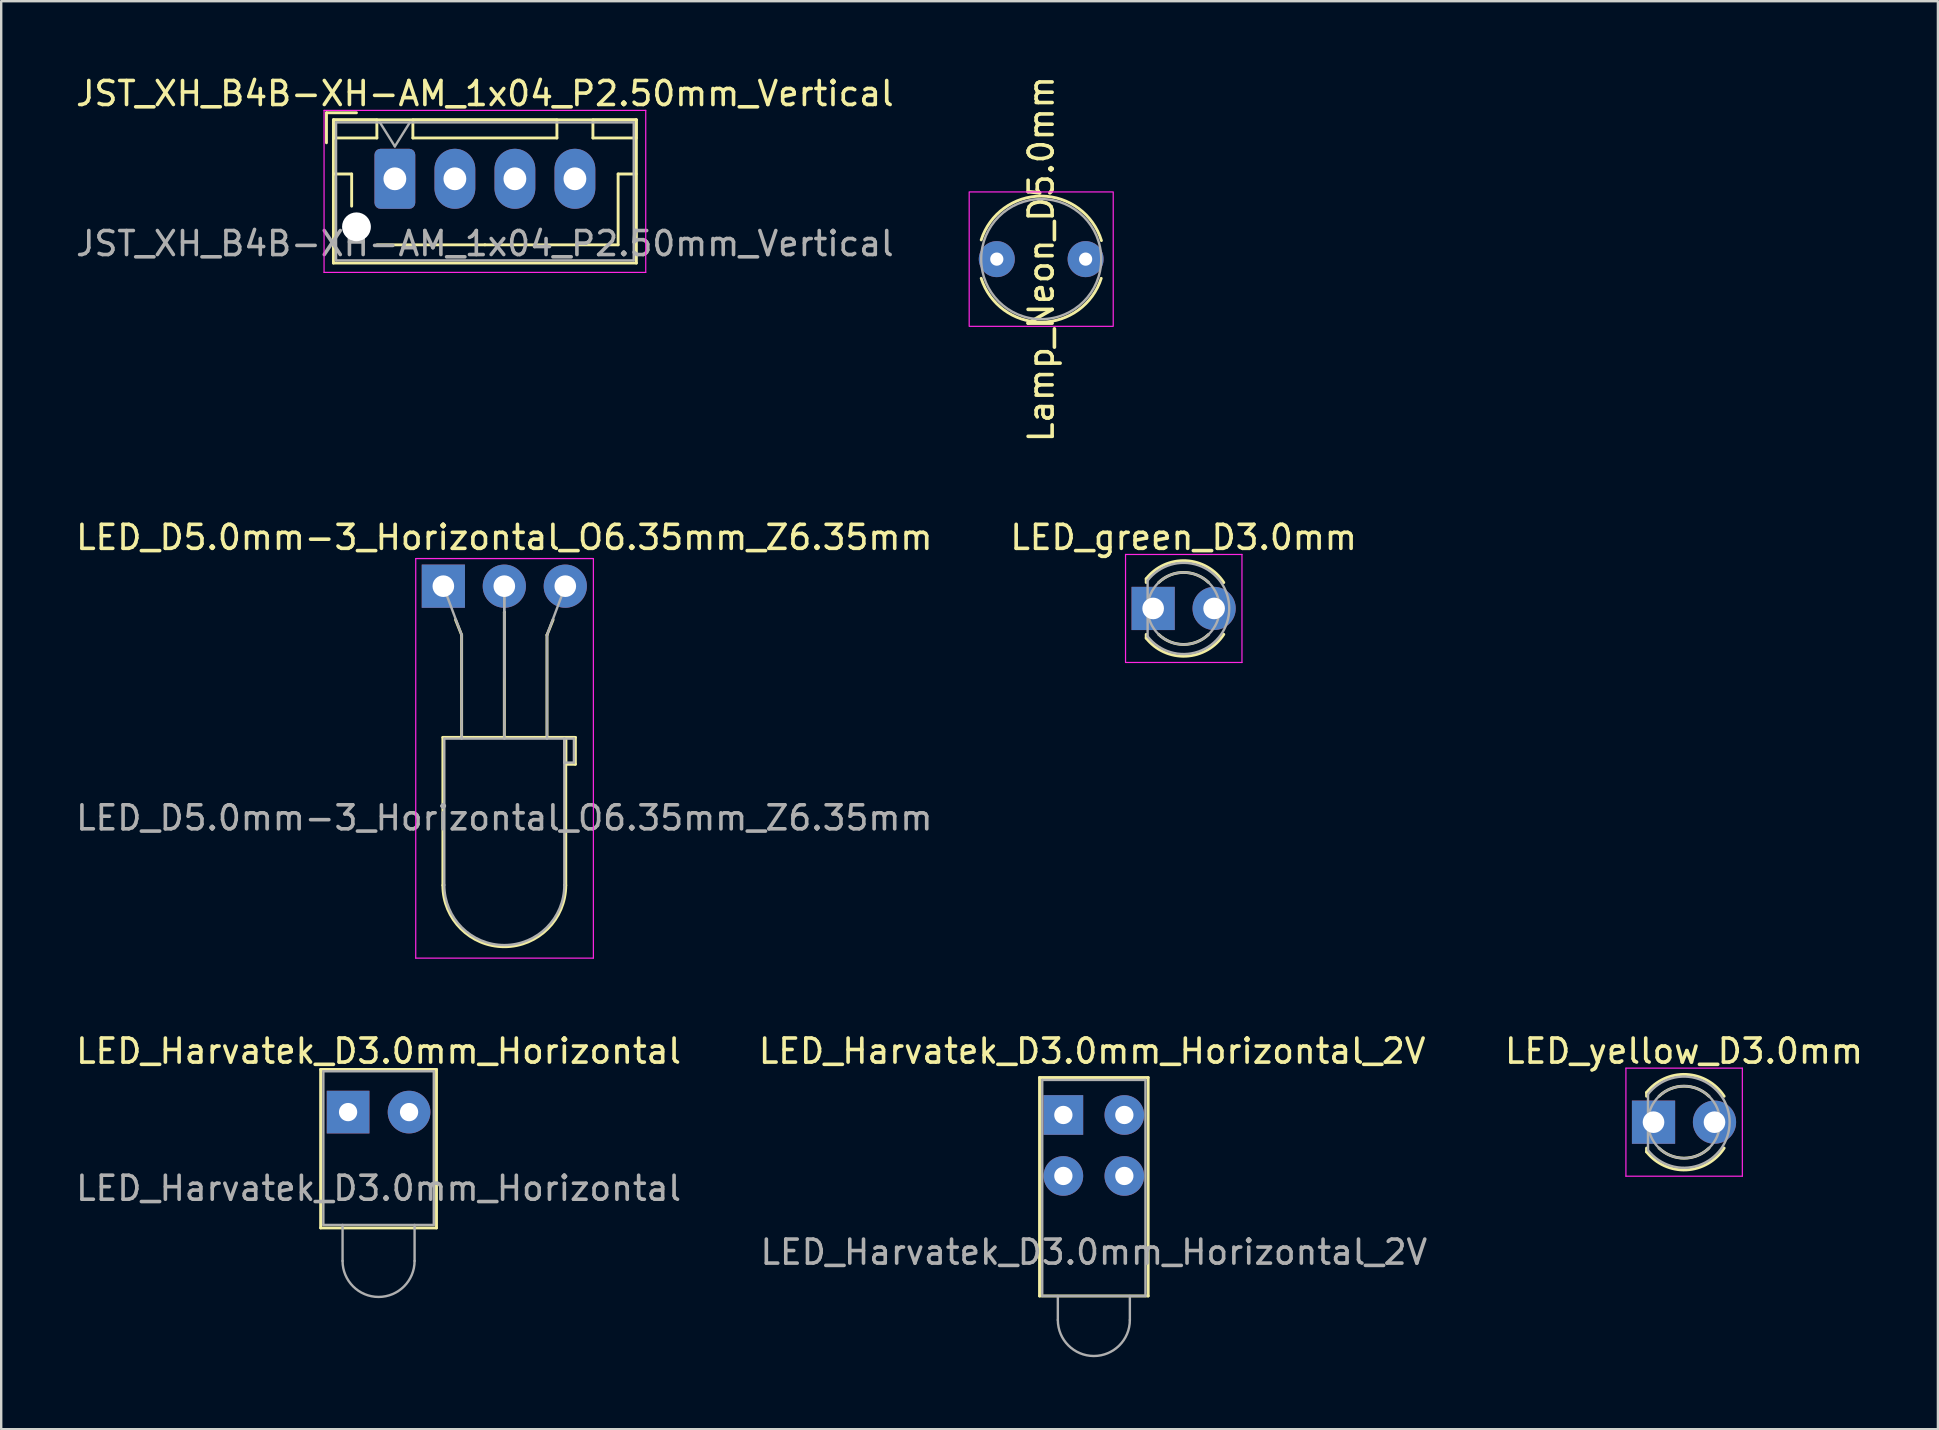
<source format=kicad_pcb>
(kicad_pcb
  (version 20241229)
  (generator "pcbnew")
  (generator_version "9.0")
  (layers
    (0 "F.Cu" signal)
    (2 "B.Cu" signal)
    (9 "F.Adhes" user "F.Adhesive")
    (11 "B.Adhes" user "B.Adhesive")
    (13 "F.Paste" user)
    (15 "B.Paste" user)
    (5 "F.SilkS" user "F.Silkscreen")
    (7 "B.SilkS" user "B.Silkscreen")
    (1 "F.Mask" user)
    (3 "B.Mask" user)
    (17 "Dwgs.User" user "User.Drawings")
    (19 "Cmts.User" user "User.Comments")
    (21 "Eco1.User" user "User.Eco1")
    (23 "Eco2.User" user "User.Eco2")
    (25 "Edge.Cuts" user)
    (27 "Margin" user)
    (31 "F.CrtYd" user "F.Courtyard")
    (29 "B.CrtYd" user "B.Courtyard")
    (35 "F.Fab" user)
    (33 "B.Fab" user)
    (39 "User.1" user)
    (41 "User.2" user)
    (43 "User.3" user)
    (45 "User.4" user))
  (footprint "LED_yellow_D3.0mm"
    (layer "F.Cu")
    (at 65.83 43.696)
    (property "Reference" "LED_yellow_D3.0mm" (at 1.27 -2.96 0) (layer "F.SilkS") (effects (font (size 1 1) (thickness 0.15))))
    (attr through_hole)
    (fp_line (start -0.29 -1.236) (end -0.29 -1.08) (stroke (width 0.12) (type solid)) (layer "F.SilkS"))
    (fp_line (start -0.29 1.08) (end -0.29 1.236) (stroke (width 0.12) (type solid)) (layer "F.SilkS"))
    (fp_arc (start -0.29 -1.235516) (mid 1.366487 -1.987659) (end 2.942335 -1.078608) (stroke (width 0.12) (type solid)) (layer "F.SilkS"))
    (fp_arc (start 0.229039 -1.08) (mid 1.270117 -1.5) (end 2.31113 -1.079837) (stroke (width 0.12) (type solid)) (layer "F.SilkS"))
    (fp_arc (start 2.31113 1.079837) (mid 1.270117 1.5) (end 0.229039 1.08) (stroke (width 0.12) (type solid)) (layer "F.SilkS"))
    (fp_arc (start 2.942335 1.078608) (mid 1.366487 1.987659) (end -0.29 1.235516) (stroke (width 0.12) (type solid)) (layer "F.SilkS"))
    (fp_line (start -1.15 -2.25) (end -1.15 2.25) (stroke (width 0.05) (type solid)) (layer "F.CrtYd"))
    (fp_line (start -1.15 2.25) (end 3.7 2.25) (stroke (width 0.05) (type solid)) (layer "F.CrtYd"))
    (fp_line (start 3.7 -2.25) (end -1.15 -2.25) (stroke (width 0.05) (type solid)) (layer "F.CrtYd"))
    (fp_line (start 3.7 2.25) (end 3.7 -2.25) (stroke (width 0.05) (type solid)) (layer "F.CrtYd"))
    (fp_line (start -0.23 -1.166) (end -0.23 1.166) (stroke (width 0.1) (type solid)) (layer "F.Fab"))
    (fp_arc (start -0.23 -1.16619) (mid 3.17 0.000452) (end -0.230555 1.165476) (stroke (width 0.1) (type solid)) (layer "F.Fab"))
    (fp_circle (center 1.27 0) (end 2.77 0) (stroke (width 0.1) (type solid)) (fill no) (layer "F.Fab"))
    (pad "1" thru_hole rect (at 0 0) (size 1.8 1.8) (drill 0.9) (layers "*.Cu" "*.Mask"))
    (pad "2" thru_hole circle (at 2.54 0) (size 1.8 1.8) (drill 0.9) (layers "*.Cu" "*.Mask")))
  (footprint "LED_Harvatek_D3.0mm_Horizontal_2V"
    (layer "F.Cu")
    (at 41.246 45.936)
    (property "Reference" "LED_Harvatek_D3.0mm_Horizontal_2V" (at 1.2 -5.2 0) (unlocked yes) (layer "F.SilkS") (effects (font (size 1 1) (thickness 0.15))))
    (attr through_hole)
    (fp_line (start -0.993 -4.1) (end 3.533 -4.1) (stroke (width 0.12) (type solid)) (layer "F.SilkS"))
    (fp_line (start -0.993 5) (end -0.993 -4.1) (stroke (width 0.12) (type solid)) (layer "F.SilkS"))
    (fp_line (start 3.533 -4.1) (end 3.533 5) (stroke (width 0.12) (type solid)) (layer "F.SilkS"))
    (fp_line (start 3.533 5) (end -0.993 5) (stroke (width 0.12) (type solid)) (layer "F.SilkS"))
    (fp_line (start -0.88 5) (end -0.88 -4) (stroke (width 0.1) (type solid)) (layer "F.Fab"))
    (fp_line (start -0.23 5) (end -0.23 6) (stroke (width 0.1) (type solid)) (layer "F.Fab"))
    (fp_line (start 2.77 5) (end 2.77 6) (stroke (width 0.1) (type solid)) (layer "F.Fab"))
    (fp_line (start 3.42 -4) (end -0.88 -4) (stroke (width 0.1) (type solid)) (layer "F.Fab"))
    (fp_line (start 3.42 -4) (end 3.42 5) (stroke (width 0.1) (type solid)) (layer "F.Fab"))
    (fp_line (start 3.42 5) (end -0.88 5) (stroke (width 0.1) (type solid)) (layer "F.Fab"))
    (fp_arc (start 2.77 6) (mid 1.27 7.5) (end -0.23 6) (stroke (width 0.1) (type solid)) (layer "F.Fab"))
    (fp_text user "${REFERENCE}" (at 1.27 3.175 0) (layer "F.Fab") (effects (font (size 1 1) (thickness 0.15))))
    (pad "1" thru_hole rect (at 0 -2.54) (size 1.651 1.651) (drill 0.762) (layers "*.Cu" "*.Mask"))
    (pad "2" thru_hole circle (at 2.54 -2.54) (size 1.651 1.651) (drill 0.762) (layers "*.Cu" "*.Mask"))
    (pad "3" thru_hole circle (at 0 0) (size 1.651 1.651) (drill 0.762) (layers "*.Cu" "*.Mask"))
    (pad "4" thru_hole circle (at 2.54 0) (size 1.651 1.651) (drill 0.762) (layers "*.Cu" "*.Mask")))
  (footprint "JST_XH_B4B-XH-AM_1x04_P2.50mm_Vertical"
    (layer "F.Cu")
    (at 13.399 4.398)
    (property "Reference" "JST_XH_B4B-XH-AM_1x04_P2.50mm_Vertical" (at 3.75 -3.55 0) (layer "F.SilkS") (effects (font (size 1 1) (thickness 0.15))))
    (attr through_hole)
    (fp_line (start -2.85 -2.75) (end -2.85 -1.5) (stroke (width 0.12) (type solid)) (layer "F.SilkS"))
    (fp_line (start -2.56 -2.46) (end -2.56 3.51) (stroke (width 0.12) (type solid)) (layer "F.SilkS"))
    (fp_line (start -2.56 3.51) (end 10.06 3.51) (stroke (width 0.12) (type solid)) (layer "F.SilkS"))
    (fp_line (start -2.55 -2.45) (end -2.55 -1.7) (stroke (width 0.12) (type solid)) (layer "F.SilkS"))
    (fp_line (start -2.55 -1.7) (end -0.75 -1.7) (stroke (width 0.12) (type solid)) (layer "F.SilkS"))
    (fp_line (start -2.55 -0.2) (end -1.8 -0.2) (stroke (width 0.12) (type solid)) (layer "F.SilkS"))
    (fp_line (start -1.8 -0.2) (end -1.8 1.14) (stroke (width 0.12) (type solid)) (layer "F.SilkS"))
    (fp_line (start -1.6 -2.75) (end -2.85 -2.75) (stroke (width 0.12) (type solid)) (layer "F.SilkS"))
    (fp_line (start -0.75 -2.45) (end -2.55 -2.45) (stroke (width 0.12) (type solid)) (layer "F.SilkS"))
    (fp_line (start -0.75 -1.7) (end -0.75 -2.45) (stroke (width 0.12) (type solid)) (layer "F.SilkS"))
    (fp_line (start 0.75 -2.45) (end 0.75 -1.7) (stroke (width 0.12) (type solid)) (layer "F.SilkS"))
    (fp_line (start 0.75 -1.7) (end 6.75 -1.7) (stroke (width 0.12) (type solid)) (layer "F.SilkS"))
    (fp_line (start 3.75 2.75) (end -0.74 2.75) (stroke (width 0.12) (type solid)) (layer "F.SilkS"))
    (fp_line (start 6.75 -2.45) (end 0.75 -2.45) (stroke (width 0.12) (type solid)) (layer "F.SilkS"))
    (fp_line (start 6.75 -1.7) (end 6.75 -2.45) (stroke (width 0.12) (type solid)) (layer "F.SilkS"))
    (fp_line (start 8.25 -2.45) (end 8.25 -1.7) (stroke (width 0.12) (type solid)) (layer "F.SilkS"))
    (fp_line (start 8.25 -1.7) (end 10.05 -1.7) (stroke (width 0.12) (type solid)) (layer "F.SilkS"))
    (fp_line (start 9.3 -0.2) (end 9.3 2.75) (stroke (width 0.12) (type solid)) (layer "F.SilkS"))
    (fp_line (start 9.3 2.75) (end 3.75 2.75) (stroke (width 0.12) (type solid)) (layer "F.SilkS"))
    (fp_line (start 10.05 -2.45) (end 8.25 -2.45) (stroke (width 0.12) (type solid)) (layer "F.SilkS"))
    (fp_line (start 10.05 -1.7) (end 10.05 -2.45) (stroke (width 0.12) (type solid)) (layer "F.SilkS"))
    (fp_line (start 10.05 -0.2) (end 9.3 -0.2) (stroke (width 0.12) (type solid)) (layer "F.SilkS"))
    (fp_line (start 10.06 -2.46) (end -2.56 -2.46) (stroke (width 0.12) (type solid)) (layer "F.SilkS"))
    (fp_line (start 10.06 3.51) (end 10.06 -2.46) (stroke (width 0.12) (type solid)) (layer "F.SilkS"))
    (fp_line (start -2.95 -2.85) (end -2.95 3.9) (stroke (width 0.05) (type solid)) (layer "F.CrtYd"))
    (fp_line (start -2.95 3.9) (end 10.45 3.9) (stroke (width 0.05) (type solid)) (layer "F.CrtYd"))
    (fp_line (start 10.45 -2.85) (end -2.95 -2.85) (stroke (width 0.05) (type solid)) (layer "F.CrtYd"))
    (fp_line (start 10.45 3.9) (end 10.45 -2.85) (stroke (width 0.05) (type solid)) (layer "F.CrtYd"))
    (fp_line (start -2.45 -2.35) (end -2.45 3.4) (stroke (width 0.1) (type solid)) (layer "F.Fab"))
    (fp_line (start -2.45 3.4) (end 9.95 3.4) (stroke (width 0.1) (type solid)) (layer "F.Fab"))
    (fp_line (start -0.625 -2.35) (end 0 -1.35) (stroke (width 0.1) (type solid)) (layer "F.Fab"))
    (fp_line (start 0 -1.35) (end 0.625 -2.35) (stroke (width 0.1) (type solid)) (layer "F.Fab"))
    (fp_line (start 9.95 -2.35) (end -2.45 -2.35) (stroke (width 0.1) (type solid)) (layer "F.Fab"))
    (fp_line (start 9.95 3.4) (end 9.95 -2.35) (stroke (width 0.1) (type solid)) (layer "F.Fab"))
    (fp_text user "${REFERENCE}" (at 3.75 2.7 0) (layer "F.Fab") (effects (font (size 1 1) (thickness 0.15))))
    (pad "" np_thru_hole circle (at -1.6 2) (size 1.2 1.2) (drill 1.2) (layers "*.Cu" "*.Mask"))
    (pad "1" thru_hole roundrect (at 0 0) (size 1.7 2.5) (drill 0.95) (layers "*.Cu" "*.Mask") (roundrect_rratio 0.147))
    (pad "2" thru_hole oval (at 2.5 0) (size 1.7 2.5) (drill 0.95) (layers "*.Cu" "*.Mask"))
    (pad "3" thru_hole oval (at 5 0) (size 1.7 2.5) (drill 0.95) (layers "*.Cu" "*.Mask"))
    (pad "4" thru_hole oval (at 7.5 0) (size 1.7 2.5) (drill 0.95) (layers "*.Cu" "*.Mask")))
  (footprint "LED_green_D3.0mm"
    (layer "F.Cu")
    (at 44.986 22.296)
    (property "Reference" "LED_green_D3.0mm" (at 1.27 -2.96 0) (layer "F.SilkS") (effects (font (size 1 1) (thickness 0.15))))
    (attr through_hole)
    (fp_line (start -0.29 -1.236) (end -0.29 -1.08) (stroke (width 0.12) (type solid)) (layer "F.SilkS"))
    (fp_line (start -0.29 1.08) (end -0.29 1.236) (stroke (width 0.12) (type solid)) (layer "F.SilkS"))
    (fp_arc (start -0.29 -1.235516) (mid 1.366487 -1.987659) (end 2.942335 -1.078608) (stroke (width 0.12) (type solid)) (layer "F.SilkS"))
    (fp_arc (start 0.229039 -1.08) (mid 1.270117 -1.5) (end 2.31113 -1.079837) (stroke (width 0.12) (type solid)) (layer "F.SilkS"))
    (fp_arc (start 2.31113 1.079837) (mid 1.270117 1.5) (end 0.229039 1.08) (stroke (width 0.12) (type solid)) (layer "F.SilkS"))
    (fp_arc (start 2.942335 1.078608) (mid 1.366487 1.987659) (end -0.29 1.235516) (stroke (width 0.12) (type solid)) (layer "F.SilkS"))
    (fp_line (start -1.15 -2.25) (end -1.15 2.25) (stroke (width 0.05) (type solid)) (layer "F.CrtYd"))
    (fp_line (start -1.15 2.25) (end 3.7 2.25) (stroke (width 0.05) (type solid)) (layer "F.CrtYd"))
    (fp_line (start 3.7 -2.25) (end -1.15 -2.25) (stroke (width 0.05) (type solid)) (layer "F.CrtYd"))
    (fp_line (start 3.7 2.25) (end 3.7 -2.25) (stroke (width 0.05) (type solid)) (layer "F.CrtYd"))
    (fp_line (start -0.23 -1.166) (end -0.23 1.166) (stroke (width 0.1) (type solid)) (layer "F.Fab"))
    (fp_arc (start -0.23 -1.16619) (mid 3.17 0.000452) (end -0.230555 1.165476) (stroke (width 0.1) (type solid)) (layer "F.Fab"))
    (fp_circle (center 1.27 0) (end 2.77 0) (stroke (width 0.1) (type solid)) (fill no) (layer "F.Fab"))
    (pad "1" thru_hole rect (at 0 0) (size 1.8 1.8) (drill 0.9) (layers "*.Cu" "*.Mask"))
    (pad "2" thru_hole circle (at 2.54 0) (size 1.8 1.8) (drill 0.9) (layers "*.Cu" "*.Mask")))
  (footprint "Lamp_Neon_D5.0mm"
    (layer "F.Cu")
    (at 38.473 7.744)
    (property "Reference" "Lamp_Neon_D5.0mm" (at 1.85 0 90) (layer "F.SilkS") (effects (font (size 1 1) (thickness 0.15))))
    (attr through_hole)
    (fp_arc (start -0.649999 -0.8) (mid 1.864705 -2.624839) (end 4.358805 -0.77194) (stroke (width 0.12) (type solid)) (layer "F.SilkS"))
    (fp_arc (start 4.349999 0.8) (mid 1.85 2.62488) (end -0.649999 0.8) (stroke (width 0.12) (type solid)) (layer "F.SilkS"))
    (fp_rect (start -1.15 -2.8) (end 4.85 2.8) (stroke (width 0.05) (type solid)) (fill no) (layer "F.CrtYd"))
    (fp_circle (center 1.85 0) (end 4.35 0) (stroke (width 0.1) (type solid)) (fill no) (layer "F.Fab"))
    (pad "1" thru_hole circle (at 0 0) (size 1.5 1.5) (drill 0.55) (layers "*.Cu" "*.Mask"))
    (pad "2" thru_hole circle (at 3.7 0) (size 1.5 1.5) (drill 0.55) (layers "*.Cu" "*.Mask")))
  (footprint "LED_Harvatek_D3.0mm_Horizontal"
    (layer "F.Cu")
    (at 11.45 43.276)
    (property "Reference" "LED_Harvatek_D3.0mm_Horizontal" (at 1.27 -2.54 0) (unlocked yes) (layer "F.SilkS") (effects (font (size 1 1) (thickness 0.15))))
    (attr through_hole)
    (fp_line (start -1.143 -1.778) (end 3.683 -1.778) (stroke (width 0.12) (type solid)) (layer "F.SilkS"))
    (fp_line (start -1.143 4.826) (end -1.143 -1.778) (stroke (width 0.12) (type solid)) (layer "F.SilkS"))
    (fp_line (start 3.683 -1.778) (end 3.683 4.826) (stroke (width 0.12) (type solid)) (layer "F.SilkS"))
    (fp_line (start 3.683 4.826) (end -1.143 4.826) (stroke (width 0.12) (type solid)) (layer "F.SilkS"))
    (fp_line (start -1.03 -1.7) (end 3.57 -1.7) (stroke (width 0.1) (type solid)) (layer "F.Fab"))
    (fp_line (start -1.03 4.7) (end -1.03 -1.7) (stroke (width 0.1) (type solid)) (layer "F.Fab"))
    (fp_line (start -0.23 4.7) (end -0.23 6.2) (stroke (width 0.1) (type solid)) (layer "F.Fab"))
    (fp_line (start 2.77 4.7) (end 2.77 6.2) (stroke (width 0.1) (type solid)) (layer "F.Fab"))
    (fp_line (start 3.57 -1.7) (end 3.57 4.7) (stroke (width 0.1) (type solid)) (layer "F.Fab"))
    (fp_line (start 3.57 4.7) (end -1.03 4.7) (stroke (width 0.1) (type solid)) (layer "F.Fab"))
    (fp_arc (start 2.77 6.2) (mid 1.27 7.7) (end -0.23 6.2) (stroke (width 0.1) (type solid)) (layer "F.Fab"))
    (fp_text user "${REFERENCE}" (at 1.27 3.175 0) (layer "F.Fab") (effects (font (size 1 1) (thickness 0.15))))
    (pad "1" thru_hole rect (at 0 0) (size 1.778 1.778) (drill 0.762) (layers "*.Cu" "*.Mask"))
    (pad "2" thru_hole circle (at 2.54 0) (size 1.778 1.778) (drill 0.762) (layers "*.Cu" "*.Mask")))
  (footprint "LED_D5.0mm-3_Horizontal_O6.35mm_Z6.35mm"
    (layer "F.Cu")
    (at 15.418 21.368)
    (property "Reference" "LED_D5.0mm-3_Horizontal_O6.35mm_Z6.35mm" (at 2.54 -2.032 0) (layer "F.SilkS") (effects (font (size 1 1) (thickness 0.15))))
    (attr through_hole)
    (fp_line (start -0.02 6.299) (end -0.02 12.459) (stroke (width 0.12) (type solid)) (layer "F.SilkS"))
    (fp_line (start -0.02 6.299) (end 5.1 6.299) (stroke (width 0.12) (type solid)) (layer "F.SilkS"))
    (fp_line (start 0.762 2.032) (end 0.508 1.397) (stroke (width 0.12) (type solid)) (layer "F.SilkS"))
    (fp_line (start 0.762 2.032) (end 0.762 6.299) (stroke (width 0.12) (type solid)) (layer "F.SilkS"))
    (fp_line (start 1.27 6.299) (end 1.27 6.299) (stroke (width 0.12) (type solid)) (layer "F.SilkS"))
    (fp_line (start 2.54 1.08) (end 2.54 1.08) (stroke (width 0.12) (type solid)) (layer "F.SilkS"))
    (fp_line (start 2.54 1.08) (end 2.54 6.299) (stroke (width 0.12) (type solid)) (layer "F.SilkS"))
    (fp_line (start 3.81 6.299) (end 3.81 6.299) (stroke (width 0.12) (type solid)) (layer "F.SilkS"))
    (fp_line (start 4.318 2.032) (end 4.572 1.397) (stroke (width 0.12) (type solid)) (layer "F.SilkS"))
    (fp_line (start 4.318 6.299) (end 4.318 2.032) (stroke (width 0.12) (type solid)) (layer "F.SilkS"))
    (fp_line (start 5.1 6.299) (end 5.1 12.459) (stroke (width 0.12) (type solid)) (layer "F.SilkS"))
    (fp_line (start 5.1 6.299) (end 5.5 6.299) (stroke (width 0.12) (type solid)) (layer "F.SilkS"))
    (fp_line (start 5.1 7.419) (end 5.1 6.299) (stroke (width 0.12) (type solid)) (layer "F.SilkS"))
    (fp_line (start 5.5 6.299) (end 5.5 7.419) (stroke (width 0.12) (type solid)) (layer "F.SilkS"))
    (fp_line (start 5.5 7.419) (end 5.1 7.419) (stroke (width 0.12) (type solid)) (layer "F.SilkS"))
    (fp_arc (start 5.1 12.4592) (mid 2.54 15.0192) (end -0.02 12.4592) (stroke (width 0.12) (type solid)) (layer "F.SilkS"))
    (fp_line (start -1.15 -1.15) (end -1.15 15.494) (stroke (width 0.05) (type solid)) (layer "F.CrtYd"))
    (fp_line (start -1.15 15.494) (end 6.25 15.494) (stroke (width 0.05) (type solid)) (layer "F.CrtYd"))
    (fp_line (start 6.25 -1.15) (end -1.15 -1.15) (stroke (width 0.05) (type solid)) (layer "F.CrtYd"))
    (fp_line (start 6.25 15.494) (end 6.25 -1.15) (stroke (width 0.05) (type solid)) (layer "F.CrtYd"))
    (fp_line (start 0.04 6.35) (end 0.04 12.45) (stroke (width 0.1) (type solid)) (layer "F.Fab"))
    (fp_line (start 0.04 6.35) (end 5.04 6.35) (stroke (width 0.1) (type solid)) (layer "F.Fab"))
    (fp_line (start 0.762 2.032) (end 0 0) (stroke (width 0.1) (type solid)) (layer "F.Fab"))
    (fp_line (start 0.762 6.35) (end 0.762 2.032) (stroke (width 0.1) (type solid)) (layer "F.Fab"))
    (fp_line (start 2.54 0) (end 2.54 0) (stroke (width 0.1) (type solid)) (layer "F.Fab"))
    (fp_line (start 2.54 0) (end 2.54 6.35) (stroke (width 0.1) (type solid)) (layer "F.Fab"))
    (fp_line (start 2.54 3.81) (end 2.54 0) (stroke (width 0.1) (type solid)) (layer "F.Fab"))
    (fp_line (start 4.318 2.032) (end 4.318 6.35) (stroke (width 0.1) (type solid)) (layer "F.Fab"))
    (fp_line (start 4.318 2.032) (end 5.08 0) (stroke (width 0.1) (type solid)) (layer "F.Fab"))
    (fp_line (start 5.04 6.35) (end 5.04 12.45) (stroke (width 0.1) (type solid)) (layer "F.Fab"))
    (fp_line (start 5.04 6.35) (end 5.44 6.35) (stroke (width 0.1) (type solid)) (layer "F.Fab"))
    (fp_line (start 5.04 7.35) (end 5.04 6.35) (stroke (width 0.1) (type solid)) (layer "F.Fab"))
    (fp_line (start 5.08 0) (end 5.08 0) (stroke (width 0.1) (type solid)) (layer "F.Fab"))
    (fp_line (start 5.44 6.35) (end 5.44 7.35) (stroke (width 0.1) (type solid)) (layer "F.Fab"))
    (fp_line (start 5.44 7.35) (end 5.04 7.35) (stroke (width 0.1) (type solid)) (layer "F.Fab"))
    (fp_arc (start 5.04 12.45) (mid 2.54 14.95) (end 0.04 12.45) (stroke (width 0.1) (type solid)) (layer "F.Fab"))
    (fp_text user "${REFERENCE}" (at 2.54 9.652 0) (layer "F.Fab") (effects (font (size 1 1) (thickness 0.15))))
    (pad "1" thru_hole rect (at 0 0) (size 1.8 1.8) (drill 0.9) (layers "*.Cu" "*.Mask"))
    (pad "2" thru_hole circle (at 2.54 0) (size 1.8 1.8) (drill 0.9) (layers "*.Cu" "*.Mask"))
    (pad "3" thru_hole circle (at 5.08 0) (size 1.8 1.8) (drill 0.9) (layers "*.Cu" "*.Mask")))
  (gr_rect
    (start -3 -3)
    (end 77.677 56.486)
    (stroke (width 0.1) (type default))
    (fill no)
    (layer "Edge.Cuts")))
</source>
